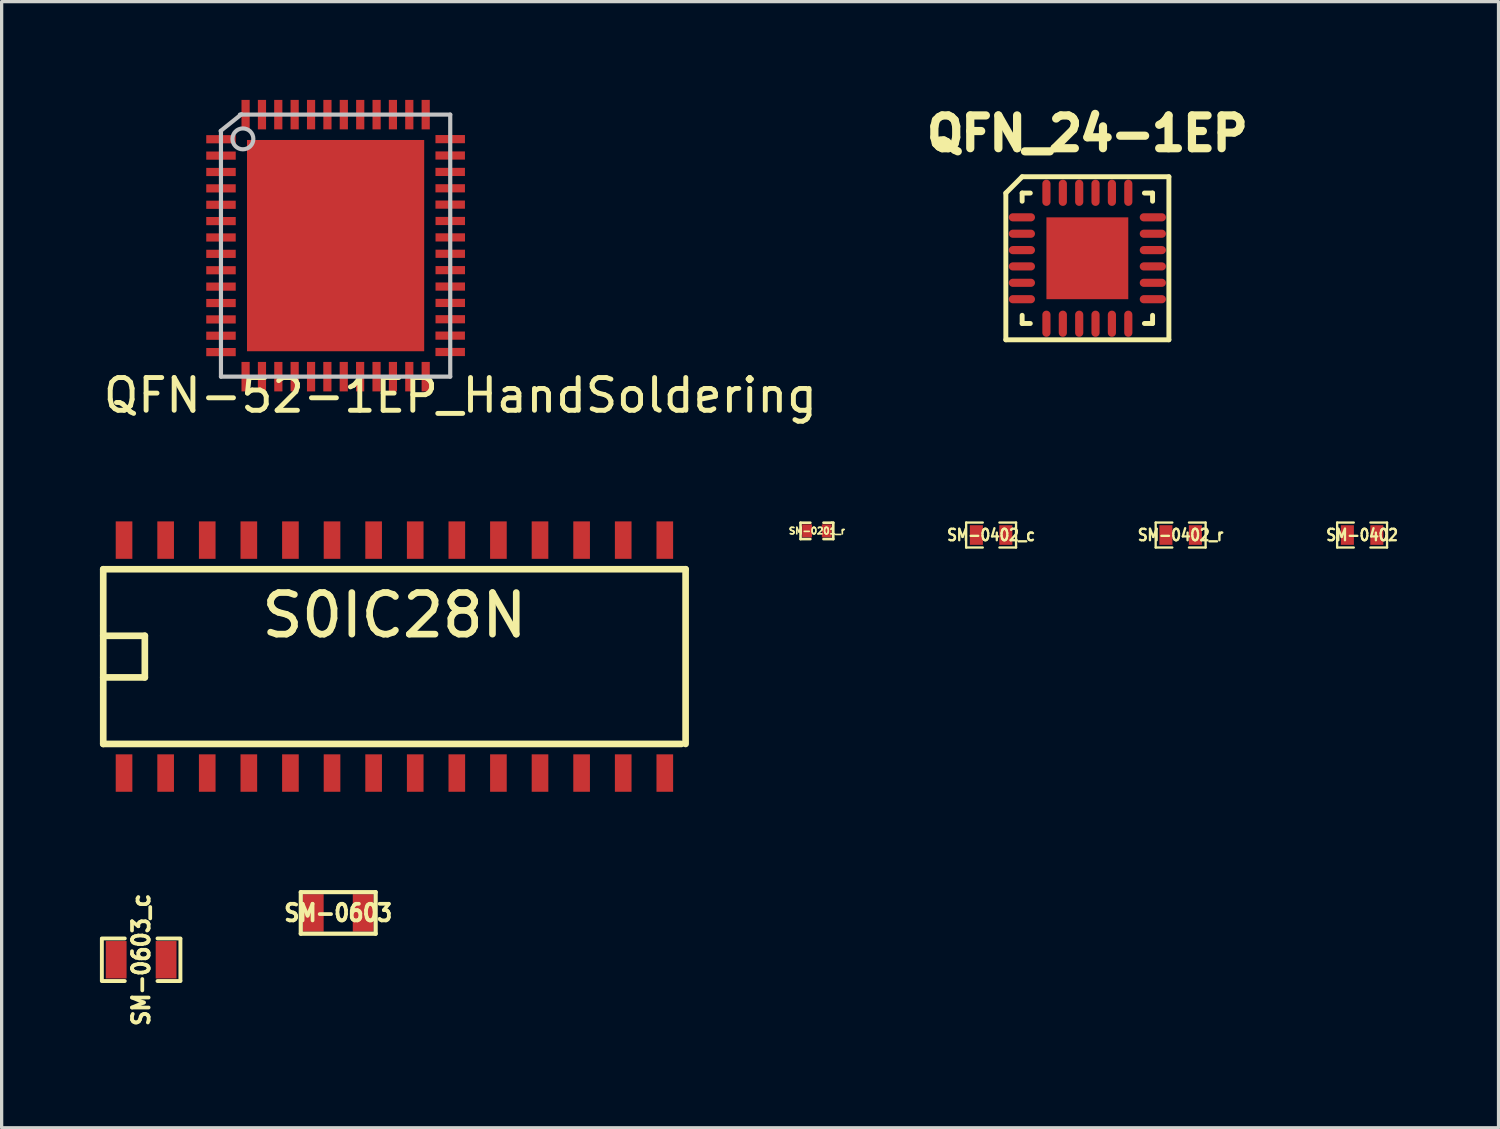
<source format=kicad_pcb>
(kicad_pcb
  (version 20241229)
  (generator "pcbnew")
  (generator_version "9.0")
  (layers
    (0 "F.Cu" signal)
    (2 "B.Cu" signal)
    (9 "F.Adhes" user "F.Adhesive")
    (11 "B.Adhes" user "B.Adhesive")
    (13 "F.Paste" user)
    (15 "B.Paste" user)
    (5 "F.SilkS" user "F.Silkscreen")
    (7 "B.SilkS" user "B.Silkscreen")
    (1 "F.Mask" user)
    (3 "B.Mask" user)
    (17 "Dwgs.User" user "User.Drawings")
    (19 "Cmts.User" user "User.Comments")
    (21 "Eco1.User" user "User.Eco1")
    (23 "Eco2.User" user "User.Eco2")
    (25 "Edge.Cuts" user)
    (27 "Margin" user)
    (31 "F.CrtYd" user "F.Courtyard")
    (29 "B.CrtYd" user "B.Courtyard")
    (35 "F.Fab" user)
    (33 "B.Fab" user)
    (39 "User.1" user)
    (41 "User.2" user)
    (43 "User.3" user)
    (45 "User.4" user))
  (footprint "S0IC28N"
    (layer "F.Cu")
    (at 8.992 16.996)
    (property "Reference" "S0IC28N" (at 0 -1.262 0) (layer "F.SilkS") (effects (font (size 1.27 1.27) (thickness 0.203))))
    (attr smd)
    (fp_line (start -8.89 -2.667) (end -8.89 2.667) (stroke (width 0.203) (type solid)) (layer "F.SilkS"))
    (fp_line (start -8.89 -2.667) (end 8.89 -2.667) (stroke (width 0.203) (type solid)) (layer "F.SilkS"))
    (fp_line (start -8.89 -0.635) (end -7.62 -0.635) (stroke (width 0.203) (type solid)) (layer "F.SilkS"))
    (fp_line (start -7.62 -0.635) (end -7.62 0.635) (stroke (width 0.203) (type solid)) (layer "F.SilkS"))
    (fp_line (start -7.62 0.635) (end -8.89 0.635) (stroke (width 0.203) (type solid)) (layer "F.SilkS"))
    (fp_line (start 8.763 2.667) (end -8.89 2.667) (stroke (width 0.203) (type solid)) (layer "F.SilkS"))
    (fp_line (start 8.89 2.667) (end 8.89 -2.667) (stroke (width 0.203) (type solid)) (layer "F.SilkS"))
    (pad "1" smd rect (at -8.255 3.556) (size 0.508 1.143) (layers "F.Cu" "F.Mask" "F.Paste"))
    (pad "2" smd rect (at -6.985 3.556) (size 0.508 1.143) (layers "F.Cu" "F.Mask" "F.Paste"))
    (pad "3" smd rect (at -5.715 3.556) (size 0.508 1.143) (layers "F.Cu" "F.Mask" "F.Paste"))
    (pad "4" smd rect (at -4.445 3.556) (size 0.508 1.143) (layers "F.Cu" "F.Mask" "F.Paste"))
    (pad "5" smd rect (at -3.175 3.556) (size 0.508 1.143) (layers "F.Cu" "F.Mask" "F.Paste"))
    (pad "6" smd rect (at -1.905 3.556) (size 0.508 1.143) (layers "F.Cu" "F.Mask" "F.Paste"))
    (pad "7" smd rect (at -0.635 3.556) (size 0.508 1.143) (layers "F.Cu" "F.Mask" "F.Paste"))
    (pad "8" smd rect (at 0.635 3.556) (size 0.508 1.143) (layers "F.Cu" "F.Mask" "F.Paste"))
    (pad "9" smd rect (at 1.905 3.556) (size 0.508 1.143) (layers "F.Cu" "F.Mask" "F.Paste"))
    (pad "10" smd rect (at 3.175 3.556) (size 0.508 1.143) (layers "F.Cu" "F.Mask" "F.Paste"))
    (pad "11" smd rect (at 4.445 3.556) (size 0.508 1.143) (layers "F.Cu" "F.Mask" "F.Paste"))
    (pad "12" smd rect (at 5.715 3.556) (size 0.508 1.143) (layers "F.Cu" "F.Mask" "F.Paste"))
    (pad "13" smd rect (at 6.985 3.556) (size 0.508 1.143) (layers "F.Cu" "F.Mask" "F.Paste"))
    (pad "14" smd rect (at 8.255 3.556) (size 0.508 1.143) (layers "F.Cu" "F.Mask" "F.Paste"))
    (pad "15" smd rect (at 8.255 -3.556) (size 0.508 1.143) (layers "F.Cu" "F.Mask" "F.Paste"))
    (pad "16" smd rect (at 6.985 -3.556) (size 0.508 1.143) (layers "F.Cu" "F.Mask" "F.Paste"))
    (pad "17" smd rect (at 5.715 -3.556) (size 0.508 1.143) (layers "F.Cu" "F.Mask" "F.Paste"))
    (pad "18" smd rect (at 4.445 -3.556) (size 0.508 1.143) (layers "F.Cu" "F.Mask" "F.Paste"))
    (pad "19" smd rect (at 3.175 -3.556) (size 0.508 1.143) (layers "F.Cu" "F.Mask" "F.Paste"))
    (pad "20" smd rect (at 1.905 -3.556) (size 0.508 1.143) (layers "F.Cu" "F.Mask" "F.Paste"))
    (pad "21" smd rect (at 0.635 -3.556) (size 0.508 1.143) (layers "F.Cu" "F.Mask" "F.Paste"))
    (pad "22" smd rect (at -0.635 -3.556) (size 0.508 1.143) (layers "F.Cu" "F.Mask" "F.Paste"))
    (pad "23" smd rect (at -1.905 -3.556) (size 0.508 1.143) (layers "F.Cu" "F.Mask" "F.Paste"))
    (pad "24" smd rect (at -3.175 -3.556) (size 0.508 1.143) (layers "F.Cu" "F.Mask" "F.Paste"))
    (pad "25" smd rect (at -4.445 -3.556) (size 0.508 1.143) (layers "F.Cu" "F.Mask" "F.Paste"))
    (pad "26" smd rect (at -5.715 -3.556) (size 0.508 1.143) (layers "F.Cu" "F.Mask" "F.Paste"))
    (pad "27" smd rect (at -6.985 -3.556) (size 0.508 1.143) (layers "F.Cu" "F.Mask" "F.Paste"))
    (pad "28" smd rect (at -8.255 -3.556) (size 0.508 1.143) (layers "F.Cu" "F.Mask" "F.Paste")))
  (footprint "SM-0603_c"
    (layer "F.Cu")
    (at 1.259 26.252)
    (property "Reference" "SM-0603_c" (at 0 0 90) (layer "F.SilkS") (effects (font (size 0.508 0.457) (thickness 0.114))))
    (attr smd)
    (fp_line (start -1.199 -0.65) (end -0.5 -0.65) (stroke (width 0.119) (type solid)) (layer "F.SilkS"))
    (fp_line (start -1.199 0.635) (end -1.199 -0.635) (stroke (width 0.119) (type solid)) (layer "F.SilkS"))
    (fp_line (start -0.5 0.65) (end -1.199 0.65) (stroke (width 0.119) (type solid)) (layer "F.SilkS"))
    (fp_line (start 0.5 -0.65) (end 1.199 -0.65) (stroke (width 0.119) (type solid)) (layer "F.SilkS"))
    (fp_line (start 0.5 0.65) (end 1.199 0.65) (stroke (width 0.119) (type solid)) (layer "F.SilkS"))
    (fp_line (start 1.199 -0.635) (end 1.199 0.635) (stroke (width 0.119) (type solid)) (layer "F.SilkS"))
    (pad "1" smd rect (at -0.762 0) (size 0.635 1.143) (layers "F.Cu" "F.Mask" "F.Paste"))
    (pad "2" smd rect (at 0.762 0) (size 0.635 1.143) (layers "F.Cu" "F.Mask" "F.Paste")))
  (footprint "SM-0402"
    (layer "F.Cu")
    (at 38.536 13.285)
    (property "Reference" "SM-0402" (at 0 0 0) (layer "F.SilkS") (effects (font (size 0.351 0.305) (thickness 0.071))))
    (attr smd)
    (fp_line (start -0.762 -0.381) (end -0.762 0.381) (stroke (width 0.071) (type solid)) (layer "F.SilkS"))
    (fp_line (start -0.762 0.381) (end -0.254 0.381) (stroke (width 0.071) (type solid)) (layer "F.SilkS"))
    (fp_line (start -0.254 -0.381) (end -0.762 -0.381) (stroke (width 0.071) (type solid)) (layer "F.SilkS"))
    (fp_line (start 0.254 -0.381) (end 0.762 -0.381) (stroke (width 0.071) (type solid)) (layer "F.SilkS"))
    (fp_line (start 0.762 -0.381) (end 0.762 0.381) (stroke (width 0.071) (type solid)) (layer "F.SilkS"))
    (fp_line (start 0.762 0.381) (end 0.254 0.381) (stroke (width 0.071) (type solid)) (layer "F.SilkS"))
    (pad "1" smd rect (at -0.45 0) (size 0.399 0.599) (layers "F.Cu" "F.Mask" "F.Paste"))
    (pad "2" smd rect (at 0.45 0) (size 0.399 0.599) (layers "F.Cu" "F.Mask" "F.Paste")))
  (footprint "QFN_24-1EP"
    (layer "F.Cu")
    (at 30.148 4.835)
    (property "Reference" "QFN_24-1EP" (at 0 -3.81 0) (layer "F.SilkS") (effects (font (size 1.001 1.001) (thickness 0.305))))
    (attr through_hole)
    (fp_line (start -2.489 -1.991) (end -2.489 2.489) (stroke (width 0.15) (type solid)) (layer "F.SilkS"))
    (fp_line (start -2.489 -1.991) (end -1.991 -2.489) (stroke (width 0.15) (type solid)) (layer "F.SilkS"))
    (fp_line (start -1.991 -2.489) (end 2.489 -2.489) (stroke (width 0.15) (type solid)) (layer "F.SilkS"))
    (fp_line (start -1.991 -1.991) (end -1.742 -1.991) (stroke (width 0.15) (type solid)) (layer "F.SilkS"))
    (fp_line (start -1.991 -1.742) (end -1.991 -1.991) (stroke (width 0.15) (type solid)) (layer "F.SilkS"))
    (fp_line (start -1.991 1.991) (end -1.991 1.742) (stroke (width 0.15) (type solid)) (layer "F.SilkS"))
    (fp_line (start -1.742 1.991) (end -1.991 1.991) (stroke (width 0.15) (type solid)) (layer "F.SilkS"))
    (fp_line (start 1.742 -1.991) (end 1.991 -1.991) (stroke (width 0.15) (type solid)) (layer "F.SilkS"))
    (fp_line (start 1.991 -1.991) (end 1.991 -1.742) (stroke (width 0.15) (type solid)) (layer "F.SilkS"))
    (fp_line (start 1.991 1.742) (end 1.991 1.991) (stroke (width 0.15) (type solid)) (layer "F.SilkS"))
    (fp_line (start 1.991 1.991) (end 1.742 1.991) (stroke (width 0.15) (type solid)) (layer "F.SilkS"))
    (fp_line (start 2.489 -2.489) (end 2.489 2.489) (stroke (width 0.15) (type solid)) (layer "F.SilkS"))
    (fp_line (start 2.489 2.489) (end -2.489 2.489) (stroke (width 0.15) (type solid)) (layer "F.SilkS"))
    (pad "1" smd oval (at -1.999 -1.25) (size 0.8 0.249) (layers "F.Cu" "F.Mask" "F.Paste"))
    (pad "2" smd oval (at -1.999 -0.749) (size 0.8 0.249) (layers "F.Cu" "F.Mask" "F.Paste"))
    (pad "3" smd oval (at -1.999 -0.249) (size 0.8 0.249) (layers "F.Cu" "F.Mask" "F.Paste"))
    (pad "4" smd oval (at -1.999 0.249) (size 0.8 0.249) (layers "F.Cu" "F.Mask" "F.Paste"))
    (pad "5" smd oval (at -1.999 0.749) (size 0.8 0.249) (layers "F.Cu" "F.Mask" "F.Paste"))
    (pad "6" smd oval (at -1.999 1.25) (size 0.8 0.249) (layers "F.Cu" "F.Mask" "F.Paste"))
    (pad "7" smd oval (at -1.25 1.999 90) (size 0.8 0.249) (layers "F.Cu" "F.Mask" "F.Paste"))
    (pad "8" smd oval (at -0.749 1.999 90) (size 0.8 0.249) (layers "F.Cu" "F.Mask" "F.Paste"))
    (pad "9" smd oval (at -0.249 1.999 90) (size 0.8 0.249) (layers "F.Cu" "F.Mask" "F.Paste"))
    (pad "10" smd oval (at 0.249 1.999 90) (size 0.8 0.249) (layers "F.Cu" "F.Mask" "F.Paste"))
    (pad "11" smd oval (at 0.749 1.999 90) (size 0.8 0.249) (layers "F.Cu" "F.Mask" "F.Paste"))
    (pad "12" smd oval (at 1.25 1.999 90) (size 0.8 0.249) (layers "F.Cu" "F.Mask" "F.Paste"))
    (pad "13" smd oval (at 1.999 1.25 180) (size 0.8 0.249) (layers "F.Cu" "F.Mask" "F.Paste"))
    (pad "14" smd oval (at 1.999 0.749 180) (size 0.8 0.249) (layers "F.Cu" "F.Mask" "F.Paste"))
    (pad "15" smd oval (at 1.999 0.249 180) (size 0.8 0.249) (layers "F.Cu" "F.Mask" "F.Paste"))
    (pad "16" smd oval (at 1.999 -0.249 180) (size 0.8 0.249) (layers "F.Cu" "F.Mask" "F.Paste"))
    (pad "17" smd oval (at 1.999 -0.749 180) (size 0.8 0.249) (layers "F.Cu" "F.Mask" "F.Paste"))
    (pad "18" smd oval (at 1.999 -1.25 180) (size 0.8 0.249) (layers "F.Cu" "F.Mask" "F.Paste"))
    (pad "19" smd oval (at 1.25 -1.999 270) (size 0.8 0.249) (layers "F.Cu" "F.Mask" "F.Paste"))
    (pad "20" smd oval (at 0.749 -1.999 270) (size 0.8 0.249) (layers "F.Cu" "F.Mask" "F.Paste"))
    (pad "21" smd oval (at 0.249 -1.999 270) (size 0.8 0.249) (layers "F.Cu" "F.Mask" "F.Paste"))
    (pad "22" smd oval (at -0.249 -1.999 270) (size 0.8 0.249) (layers "F.Cu" "F.Mask" "F.Paste"))
    (pad "23" smd oval (at -0.749 -1.999 270) (size 0.8 0.249) (layers "F.Cu" "F.Mask" "F.Paste"))
    (pad "24" smd oval (at -1.25 -1.999 270) (size 0.8 0.249) (layers "F.Cu" "F.Mask" "F.Paste"))
    (pad "25" smd rect (at 0 0 270) (size 2.499 2.499) (layers "F.Cu" "F.Mask" "F.Paste")))
  (footprint "SM-0402_c"
    (layer "F.Cu")
    (at 27.209 13.285)
    (property "Reference" "SM-0402_c" (at 0 0 0) (layer "F.SilkS") (effects (font (size 0.351 0.305) (thickness 0.071))))
    (attr smd)
    (fp_line (start -0.762 -0.381) (end -0.762 0.381) (stroke (width 0.071) (type solid)) (layer "F.SilkS"))
    (fp_line (start -0.762 0.381) (end -0.254 0.381) (stroke (width 0.071) (type solid)) (layer "F.SilkS"))
    (fp_line (start -0.254 -0.381) (end -0.762 -0.381) (stroke (width 0.071) (type solid)) (layer "F.SilkS"))
    (fp_line (start 0.254 -0.381) (end 0.762 -0.381) (stroke (width 0.071) (type solid)) (layer "F.SilkS"))
    (fp_line (start 0.762 -0.381) (end 0.762 0.381) (stroke (width 0.071) (type solid)) (layer "F.SilkS"))
    (fp_line (start 0.762 0.381) (end 0.254 0.381) (stroke (width 0.071) (type solid)) (layer "F.SilkS"))
    (pad "1" smd rect (at -0.45 0) (size 0.399 0.599) (layers "F.Cu" "F.Mask" "F.Paste"))
    (pad "2" smd rect (at 0.45 0) (size 0.399 0.599) (layers "F.Cu" "F.Mask" "F.Paste")))
  (footprint "QFN-52-1EP_HandSoldering"
    (layer "F.Cu")
    (at 7.196 4.449)
    (property "Reference" "QFN-52-1EP_HandSoldering" (at 3.81 4.572 0) (layer "F.SilkS") (effects (font (size 1 1) (thickness 0.15))))
    (attr smd)
    (fp_line (start -3.5 4) (end -3.5 -3.5) (stroke (width 0.127) (type solid)) (layer "Dwgs.User"))
    (fp_line (start -2.921 -4) (end 3.5 -4) (stroke (width 0.127) (type solid)) (layer "Dwgs.User"))
    (fp_line (start -2.875 -4.01) (end -3.51 -3.502) (stroke (width 0.127) (type solid)) (layer "Dwgs.User"))
    (fp_line (start 3.5 -4) (end 3.5 4) (stroke (width 0.127) (type solid)) (layer "Dwgs.User"))
    (fp_line (start 3.5 4) (end -3.5 4) (stroke (width 0.127) (type solid)) (layer "Dwgs.User"))
    (fp_circle (center -2.83 -3.259) (end -2.932 -3.561) (stroke (width 0.127) (type solid)) (fill no) (layer "Dwgs.User"))
    (pad "1" smd rect (at -3.499 -3.248) (size 0.9 0.25) (layers "F.Cu" "F.Mask" "F.Paste"))
    (pad "2" smd rect (at -3.499 -2.748) (size 0.9 0.25) (layers "F.Cu" "F.Mask" "F.Paste"))
    (pad "3" smd rect (at -3.499 -2.248) (size 0.9 0.25) (layers "F.Cu" "F.Mask" "F.Paste"))
    (pad "4" smd rect (at -3.499 -1.748) (size 0.9 0.25) (layers "F.Cu" "F.Mask" "F.Paste"))
    (pad "5" smd rect (at -3.499 -1.247) (size 0.9 0.25) (layers "F.Cu" "F.Mask" "F.Paste"))
    (pad "6" smd rect (at -3.499 -0.749) (size 0.9 0.25) (layers "F.Cu" "F.Mask" "F.Paste"))
    (pad "7" smd rect (at -3.499 -0.249) (size 0.9 0.25) (layers "F.Cu" "F.Mask" "F.Paste"))
    (pad "8" smd rect (at -3.499 0.251) (size 0.9 0.25) (layers "F.Cu" "F.Mask" "F.Paste"))
    (pad "9" smd rect (at -3.499 0.752) (size 0.9 0.25) (layers "F.Cu" "F.Mask" "F.Paste"))
    (pad "10" smd rect (at -3.499 1.252) (size 0.9 0.25) (layers "F.Cu" "F.Mask" "F.Paste"))
    (pad "11" smd rect (at -3.499 1.753) (size 0.9 0.25) (layers "F.Cu" "F.Mask" "F.Paste"))
    (pad "12" smd rect (at -3.499 2.253) (size 0.9 0.25) (layers "F.Cu" "F.Mask" "F.Paste"))
    (pad "13" smd rect (at -3.499 2.751) (size 0.9 0.25) (layers "F.Cu" "F.Mask" "F.Paste"))
    (pad "14" smd rect (at -3.499 3.251) (size 0.9 0.25) (layers "F.Cu" "F.Mask" "F.Paste"))
    (pad "15" smd rect (at -2.748 4.001 90) (size 0.9 0.25) (layers "F.Cu" "F.Mask" "F.Paste"))
    (pad "16" smd rect (at -2.248 4.001 90) (size 0.9 0.25) (layers "F.Cu" "F.Mask" "F.Paste"))
    (pad "17" smd rect (at -1.748 4.001 90) (size 0.9 0.25) (layers "F.Cu" "F.Mask" "F.Paste"))
    (pad "18" smd rect (at -1.25 4.001 90) (size 0.9 0.25) (layers "F.Cu" "F.Mask" "F.Paste"))
    (pad "19" smd rect (at -0.749 4.001 90) (size 0.9 0.25) (layers "F.Cu" "F.Mask" "F.Paste"))
    (pad "20" smd rect (at -0.251 4.001 90) (size 0.9 0.25) (layers "F.Cu" "F.Mask" "F.Paste"))
    (pad "21" smd rect (at 0.249 4.001 90) (size 0.9 0.25) (layers "F.Cu" "F.Mask" "F.Paste"))
    (pad "22" smd rect (at 0.749 4.001 90) (size 0.9 0.25) (layers "F.Cu" "F.Mask" "F.Paste"))
    (pad "23" smd rect (at 1.25 4.001 90) (size 0.9 0.25) (layers "F.Cu" "F.Mask" "F.Paste"))
    (pad "24" smd rect (at 1.75 4.001 90) (size 0.9 0.25) (layers "F.Cu" "F.Mask" "F.Paste"))
    (pad "25" smd rect (at 2.25 4.001 90) (size 0.9 0.25) (layers "F.Cu" "F.Mask" "F.Paste"))
    (pad "26" smd rect (at 2.751 4.001 90) (size 0.9 0.25) (layers "F.Cu" "F.Mask" "F.Paste"))
    (pad "27" smd rect (at 3.499 3.248) (size 0.9 0.25) (layers "F.Cu" "F.Mask" "F.Paste"))
    (pad "28" smd rect (at 3.499 2.748) (size 0.9 0.25) (layers "F.Cu" "F.Mask" "F.Paste"))
    (pad "29" smd rect (at 3.501 2.248) (size 0.9 0.25) (layers "F.Cu" "F.Mask" "F.Paste"))
    (pad "30" smd rect (at 3.501 1.75) (size 0.9 0.25) (layers "F.Cu" "F.Mask" "F.Paste"))
    (pad "31" smd rect (at 3.501 1.25) (size 0.9 0.25) (layers "F.Cu" "F.Mask" "F.Paste"))
    (pad "32" smd rect (at 3.501 0.749) (size 0.9 0.25) (layers "F.Cu" "F.Mask" "F.Paste"))
    (pad "33" smd rect (at 3.501 0.249) (size 0.9 0.25) (layers "F.Cu" "F.Mask" "F.Paste"))
    (pad "34" smd rect (at 3.501 -0.251) (size 0.9 0.25) (layers "F.Cu" "F.Mask" "F.Paste"))
    (pad "35" smd rect (at 3.501 -0.752) (size 0.9 0.25) (layers "F.Cu" "F.Mask" "F.Paste"))
    (pad "36" smd rect (at 3.499 -1.252) (size 0.9 0.25) (layers "F.Cu" "F.Mask" "F.Paste"))
    (pad "37" smd rect (at 3.499 -1.75) (size 0.9 0.25) (layers "F.Cu" "F.Mask" "F.Paste"))
    (pad "38" smd rect (at 3.499 -2.25) (size 0.9 0.25) (layers "F.Cu" "F.Mask" "F.Paste"))
    (pad "39" smd rect (at 3.499 -2.751) (size 0.9 0.25) (layers "F.Cu" "F.Mask" "F.Paste"))
    (pad "40" smd rect (at 3.499 -3.251) (size 0.9 0.25) (layers "F.Cu" "F.Mask" "F.Paste"))
    (pad "41" smd rect (at 2.751 -3.999 90) (size 0.9 0.25) (layers "F.Cu" "F.Mask" "F.Paste"))
    (pad "42" smd rect (at 2.25 -3.999 90) (size 0.9 0.25) (layers "F.Cu" "F.Mask" "F.Paste"))
    (pad "43" smd rect (at 1.75 -3.999 90) (size 0.9 0.25) (layers "F.Cu" "F.Mask" "F.Paste"))
    (pad "44" smd rect (at 1.252 -3.999 90) (size 0.9 0.25) (layers "F.Cu" "F.Mask" "F.Paste"))
    (pad "45" smd rect (at 0.752 -3.999 90) (size 0.9 0.25) (layers "F.Cu" "F.Mask" "F.Paste"))
    (pad "46" smd rect (at 0.251 -3.999 90) (size 0.9 0.25) (layers "F.Cu" "F.Mask" "F.Paste"))
    (pad "47" smd rect (at -0.249 -3.999 90) (size 0.9 0.25) (layers "F.Cu" "F.Mask" "F.Paste"))
    (pad "48" smd rect (at -0.749 -3.999 90) (size 0.9 0.25) (layers "F.Cu" "F.Mask" "F.Paste"))
    (pad "49" smd rect (at -1.25 -3.999 90) (size 0.9 0.25) (layers "F.Cu" "F.Mask" "F.Paste"))
    (pad "50" smd rect (at -1.75 -3.999 90) (size 0.9 0.25) (layers "F.Cu" "F.Mask" "F.Paste"))
    (pad "51" smd rect (at -2.248 -3.999 90) (size 0.9 0.25) (layers "F.Cu" "F.Mask" "F.Paste"))
    (pad "52" smd rect (at -2.748 -3.999 90) (size 0.9 0.25) (layers "F.Cu" "F.Mask" "F.Paste"))
    (pad "53" smd trapezoid (at 0 0) (size 5.41 6.45) (layers "F.Cu" "F.Mask" "F.Paste")))
  (footprint "SM-0201_r"
    (layer "F.Cu")
    (at 21.891 13.159)
    (property "Reference" "SM-0201_r" (at 0 0 0) (layer "F.SilkS") (effects (font (size 0.2 0.2) (thickness 0.05))))
    (attr smd)
    (fp_line (start -0.5 -0.25) (end -0.5 0.25) (stroke (width 0.08) (type solid)) (layer "F.SilkS"))
    (fp_line (start -0.5 0.25) (end -0.2 0.25) (stroke (width 0.08) (type solid)) (layer "F.SilkS"))
    (fp_line (start -0.2 -0.25) (end -0.5 -0.25) (stroke (width 0.08) (type solid)) (layer "F.SilkS"))
    (fp_line (start 0.2 -0.25) (end 0.45 -0.25) (stroke (width 0.08) (type solid)) (layer "F.SilkS"))
    (fp_line (start 0.45 -0.25) (end 0.5 -0.25) (stroke (width 0.08) (type solid)) (layer "F.SilkS"))
    (fp_line (start 0.5 -0.25) (end 0.5 0.25) (stroke (width 0.08) (type solid)) (layer "F.SilkS"))
    (fp_line (start 0.5 0.25) (end 0.2 0.25) (stroke (width 0.08) (type solid)) (layer "F.SilkS"))
    (pad "1" smd rect (at -0.3 0) (size 0.3 0.4) (layers "F.Cu" "F.Mask" "F.Paste"))
    (pad "2" smd rect (at 0.3 0) (size 0.3 0.4) (layers "F.Cu" "F.Mask" "F.Paste")))
  (footprint "SM-0603"
    (layer "F.Cu")
    (at 7.276 24.822)
    (property "Reference" "SM-0603" (at 0 0 0) (layer "F.SilkS") (effects (font (size 0.508 0.457) (thickness 0.114))))
    (attr smd)
    (fp_line (start -1.143 -0.635) (end 1.143 -0.635) (stroke (width 0.127) (type solid)) (layer "F.SilkS"))
    (fp_line (start -1.143 0.635) (end -1.143 -0.635) (stroke (width 0.127) (type solid)) (layer "F.SilkS"))
    (fp_line (start 1.143 -0.635) (end 1.143 0.635) (stroke (width 0.127) (type solid)) (layer "F.SilkS"))
    (fp_line (start 1.143 0.635) (end -1.143 0.635) (stroke (width 0.127) (type solid)) (layer "F.SilkS"))
    (pad "1" smd rect (at -0.762 0) (size 0.635 1.143) (layers "F.Cu" "F.Mask" "F.Paste"))
    (pad "2" smd rect (at 0.762 0) (size 0.635 1.143) (layers "F.Cu" "F.Mask" "F.Paste")))
  (footprint "SM-0402_r"
    (layer "F.Cu")
    (at 32.996 13.285)
    (property "Reference" "SM-0402_r" (at 0 0 0) (layer "F.SilkS") (effects (font (size 0.351 0.305) (thickness 0.071))))
    (attr smd)
    (fp_line (start -0.762 -0.381) (end -0.762 0.381) (stroke (width 0.071) (type solid)) (layer "F.SilkS"))
    (fp_line (start -0.762 0.381) (end -0.254 0.381) (stroke (width 0.071) (type solid)) (layer "F.SilkS"))
    (fp_line (start -0.254 -0.381) (end -0.762 -0.381) (stroke (width 0.071) (type solid)) (layer "F.SilkS"))
    (fp_line (start 0.254 -0.381) (end 0.762 -0.381) (stroke (width 0.071) (type solid)) (layer "F.SilkS"))
    (fp_line (start 0.762 -0.381) (end 0.762 0.381) (stroke (width 0.071) (type solid)) (layer "F.SilkS"))
    (fp_line (start 0.762 0.381) (end 0.254 0.381) (stroke (width 0.071) (type solid)) (layer "F.SilkS"))
    (pad "1" smd rect (at -0.45 0) (size 0.399 0.599) (layers "F.Cu" "F.Mask" "F.Paste"))
    (pad "2" smd rect (at 0.45 0) (size 0.399 0.599) (layers "F.Cu" "F.Mask" "F.Paste")))
  (gr_rect
    (start -3 -3)
    (end 42.701 31.381)
    (stroke (width 0.1) (type default))
    (fill no)
    (layer "Edge.Cuts")))
</source>
